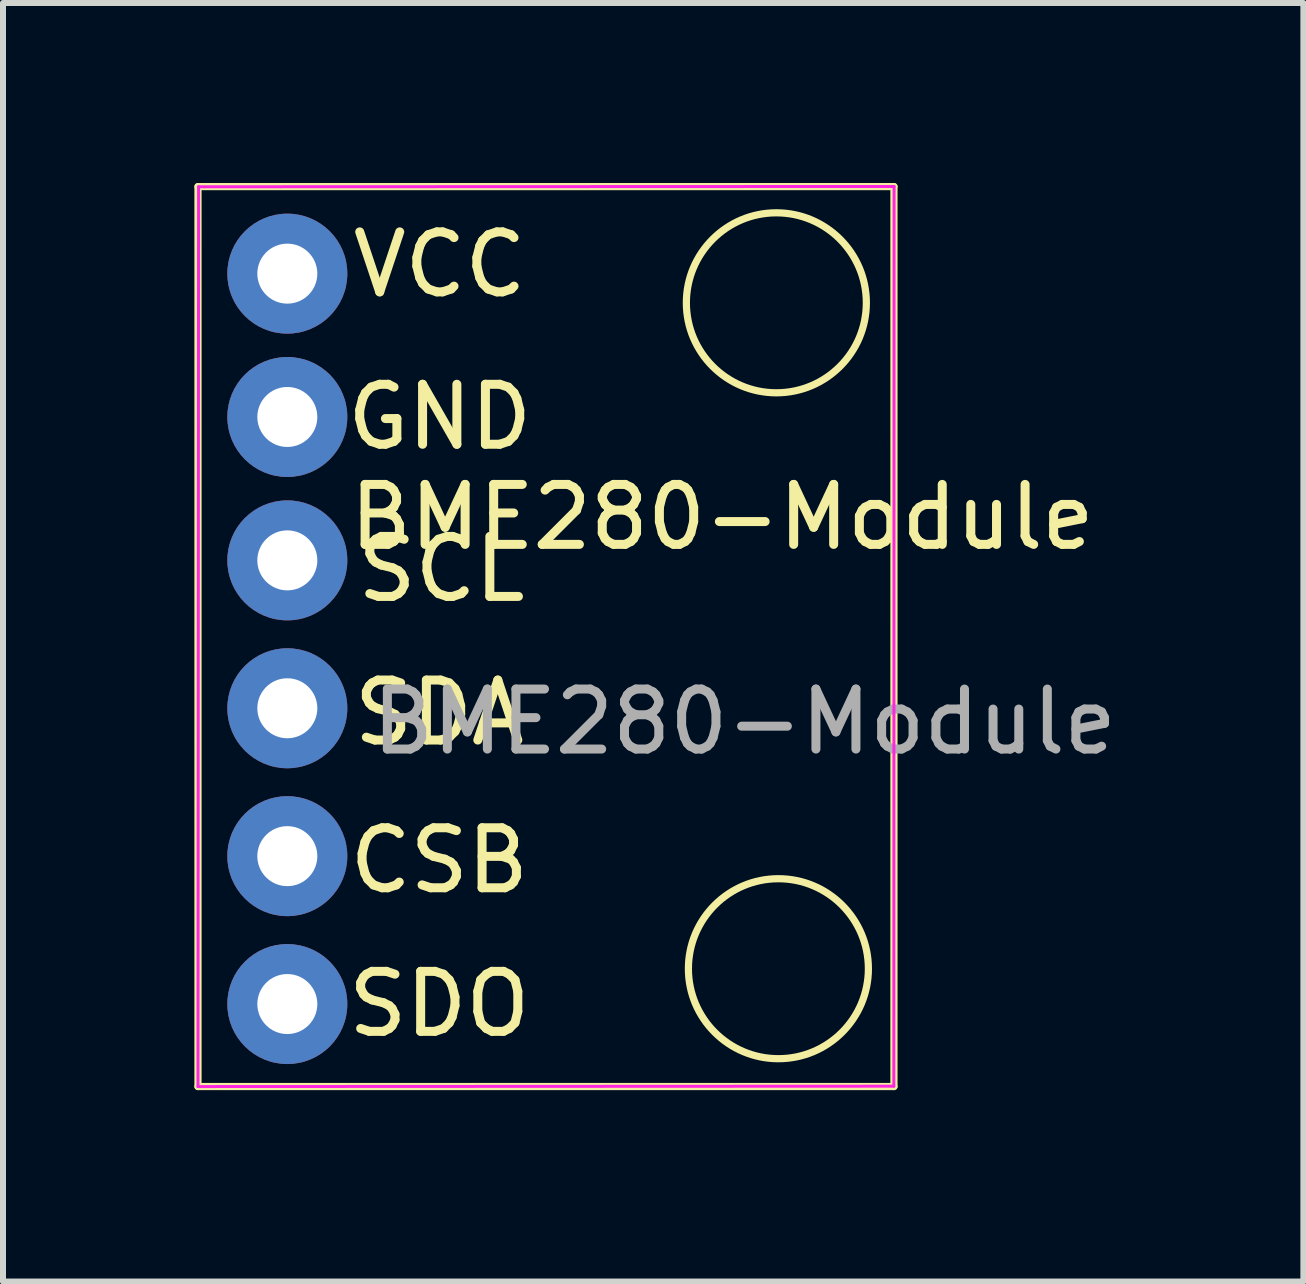
<source format=kicad_pcb>
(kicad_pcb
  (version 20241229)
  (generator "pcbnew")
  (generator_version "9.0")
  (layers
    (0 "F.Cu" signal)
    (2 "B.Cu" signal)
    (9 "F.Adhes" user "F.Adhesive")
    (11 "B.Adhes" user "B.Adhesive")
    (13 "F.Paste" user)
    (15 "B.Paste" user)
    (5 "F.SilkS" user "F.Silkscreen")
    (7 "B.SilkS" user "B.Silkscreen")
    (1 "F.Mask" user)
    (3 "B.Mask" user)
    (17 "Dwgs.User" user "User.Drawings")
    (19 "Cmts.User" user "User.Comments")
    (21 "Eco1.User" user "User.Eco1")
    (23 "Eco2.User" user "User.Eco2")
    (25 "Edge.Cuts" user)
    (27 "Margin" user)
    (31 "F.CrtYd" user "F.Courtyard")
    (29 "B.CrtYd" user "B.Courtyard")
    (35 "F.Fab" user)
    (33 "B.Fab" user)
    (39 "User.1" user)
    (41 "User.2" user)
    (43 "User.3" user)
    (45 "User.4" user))
  (footprint "BME280-Module"
    (layer "F.Cu")
    (at 0.25 15.06)
    (property "Reference" "BME280-Module" (at 8.738 -9.491 0) (unlocked yes) (layer "F.SilkS") (effects (font (size 1 1) (thickness 0.15))))
    (attr smd)
    (fp_line (start 0 -15) (end 0 0) (stroke (width 0.12) (type solid)) (layer "F.SilkS"))
    (fp_line (start 0 -15) (end 11.6 -15) (stroke (width 0.12) (type solid)) (layer "F.SilkS"))
    (fp_line (start 0 0) (end 11.6 0) (stroke (width 0.12) (type solid)) (layer "F.SilkS"))
    (fp_line (start 11.6 -15) (end 11.6 0) (stroke (width 0.12) (type solid)) (layer "F.SilkS"))
    (fp_circle (center 9.64 -13.063) (end 11.14 -13.063) (stroke (width 0.12) (type solid)) (fill no) (layer "F.SilkS"))
    (fp_circle (center 9.674 -1.964) (end 11.174 -1.964) (stroke (width 0.12) (type solid)) (fill no) (layer "F.SilkS"))
    (fp_line (start 0 0) (end 0.01 -14.997) (stroke (width 0.05) (type solid)) (layer "F.CrtYd"))
    (fp_line (start 0.01 -14.997) (end 11.602 -15.002) (stroke (width 0.05) (type solid)) (layer "F.CrtYd"))
    (fp_line (start 11.598 -0.006) (end 0 0) (stroke (width 0.05) (type solid)) (layer "F.CrtYd"))
    (fp_line (start 11.602 -15.002) (end 11.598 -0.006) (stroke (width 0.05) (type solid)) (layer "F.CrtYd"))
    (fp_text user "SDO" (at 4.021 -1.375 0) (unlocked yes) (layer "F.SilkS") (effects (font (size 1 1) (thickness 0.15))))
    (fp_text user "SDA" (at 4.021 -6.23 0) (unlocked yes) (layer "F.SilkS") (effects (font (size 1 1) (thickness 0.15))))
    (fp_text user "CSB" (at 4.021 -3.768 0) (unlocked yes) (layer "F.SilkS") (effects (font (size 1 1) (thickness 0.15))))
    (fp_text user "SCL" (at 4.055 -8.624 0) (unlocked yes) (layer "F.SilkS") (effects (font (size 1 1) (thickness 0.15))))
    (fp_text user "VCC" (at 4.029 -13.7 0) (unlocked yes) (layer "F.SilkS") (effects (font (size 1 1) (thickness 0.15))))
    (fp_text user "GND" (at 4.029 -11.16 0) (unlocked yes) (layer "F.SilkS") (effects (font (size 1 1) (thickness 0.15))))
    (fp_text user "${REFERENCE}" (at 9.109 -6.08 0) (unlocked yes) (layer "F.Fab") (effects (font (size 1 1) (thickness 0.15))))
    (pad "1" thru_hole circle (at 1.489 -13.549) (size 2 2) (drill 1) (layers "*.Cu" "*.Mask"))
    (pad "2" thru_hole circle (at 1.489 -11.16) (size 2 2) (drill 1) (layers "*.Cu" "*.Mask"))
    (pad "3" thru_hole circle (at 1.489 -8.77) (size 2 2) (drill 1) (layers "*.Cu" "*.Mask"))
    (pad "4" thru_hole circle (at 1.489 -6.305) (size 2 2) (drill 1) (layers "*.Cu" "*.Mask"))
    (pad "5" thru_hole circle (at 1.489 -3.84) (size 2 2) (drill 1) (layers "*.Cu" "*.Mask"))
    (pad "6" thru_hole circle (at 1.489 -1.375) (size 2 2) (drill 1) (layers "*.Cu" "*.Mask")))
  (gr_rect
    (start -3 -3)
    (end 18.674 18.31)
    (stroke (width 0.1) (type default))
    (fill no)
    (layer "Edge.Cuts")))
</source>
